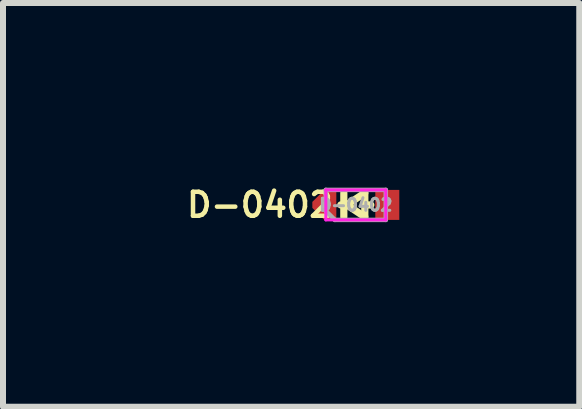
<source format=kicad_pcb>
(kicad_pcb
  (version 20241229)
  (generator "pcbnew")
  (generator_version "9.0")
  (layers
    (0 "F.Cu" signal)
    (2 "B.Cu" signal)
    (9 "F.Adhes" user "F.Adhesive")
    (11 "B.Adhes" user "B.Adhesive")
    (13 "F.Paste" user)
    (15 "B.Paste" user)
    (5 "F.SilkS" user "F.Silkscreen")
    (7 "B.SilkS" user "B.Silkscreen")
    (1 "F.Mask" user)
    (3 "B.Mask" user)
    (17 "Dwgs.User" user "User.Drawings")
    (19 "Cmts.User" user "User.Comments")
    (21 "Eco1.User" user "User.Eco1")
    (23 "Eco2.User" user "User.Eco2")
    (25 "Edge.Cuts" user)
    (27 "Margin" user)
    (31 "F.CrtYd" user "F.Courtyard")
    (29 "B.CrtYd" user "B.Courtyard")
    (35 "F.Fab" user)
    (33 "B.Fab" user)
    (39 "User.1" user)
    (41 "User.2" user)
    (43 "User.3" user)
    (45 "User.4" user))
  (footprint "D-0402"
    (layer "F.Cu")
    (at 2.882 0.366)
    (property "Reference" "D-0402" (at -1.6 0 180) (layer "F.SilkS") (effects (font (size 0.4 0.4) (thickness 0.075))))
    (attr smd)
    (fp_line (start -0.2 0) (end -0.25 0) (stroke (width 0.12) (type solid)) (layer "F.SilkS"))
    (fp_line (start -0.2 0.2) (end -0.2 -0.2) (stroke (width 0.12) (type solid)) (layer "F.SilkS"))
    (fp_line (start -0.15 0) (end 0.15 -0.2) (stroke (width 0.12) (type solid)) (layer "F.SilkS"))
    (fp_line (start 0.15 0) (end 0.25 0) (stroke (width 0.12) (type solid)) (layer "F.SilkS"))
    (fp_line (start 0.15 0.2) (end -0.15 0) (stroke (width 0.12) (type solid)) (layer "F.SilkS"))
    (fp_line (start 0.15 0.2) (end 0.15 -0.2) (stroke (width 0.12) (type solid)) (layer "F.SilkS"))
    (fp_line (start -0.5 -0.25) (end -0.5 0.25) (stroke (width 0.05) (type solid)) (layer "F.CrtYd"))
    (fp_line (start -0.5 0.25) (end 0.5 0.25) (stroke (width 0.05) (type solid)) (layer "F.CrtYd"))
    (fp_line (start 0.5 -0.25) (end -0.5 -0.25) (stroke (width 0.05) (type solid)) (layer "F.CrtYd"))
    (fp_line (start 0.5 0.25) (end 0.5 -0.25) (stroke (width 0.05) (type solid)) (layer "F.CrtYd"))
    (fp_line (start -0.5 -0.25) (end -0.5 0.1) (stroke (width 0.075) (type solid)) (layer "F.Fab"))
    (fp_line (start -0.5 0.1) (end -0.35 0.25) (stroke (width 0.075) (type solid)) (layer "F.Fab"))
    (fp_line (start -0.35 0.25) (end 0.5 0.25) (stroke (width 0.075) (type solid)) (layer "F.Fab"))
    (fp_line (start 0.5 -0.25) (end -0.5 -0.25) (stroke (width 0.075) (type solid)) (layer "F.Fab"))
    (fp_line (start 0.5 0.25) (end 0.5 -0.25) (stroke (width 0.075) (type solid)) (layer "F.Fab"))
    (fp_text user "${REFERENCE}" (at 0 0 180) (layer "F.Fab") (effects (font (size 0.2 0.2) (thickness 0.05))))
    (pad "1" smd roundrect (at -0.525 0) (size 0.4 0.5) (layers "F.Cu" "F.Mask" "F.Paste") (roundrect_rratio 0.1) (chamfer_ratio 0.5) (chamfer top_left bottom_left))
    (pad "2" smd rect (at 0.525 0 180) (size 0.4 0.5) (layers "F.Cu" "F.Mask" "F.Paste")))
  (gr_rect
    (start -3 -3)
    (end 6.607 3.731)
    (stroke (width 0.1) (type default))
    (fill no)
    (layer "Edge.Cuts")))
</source>
